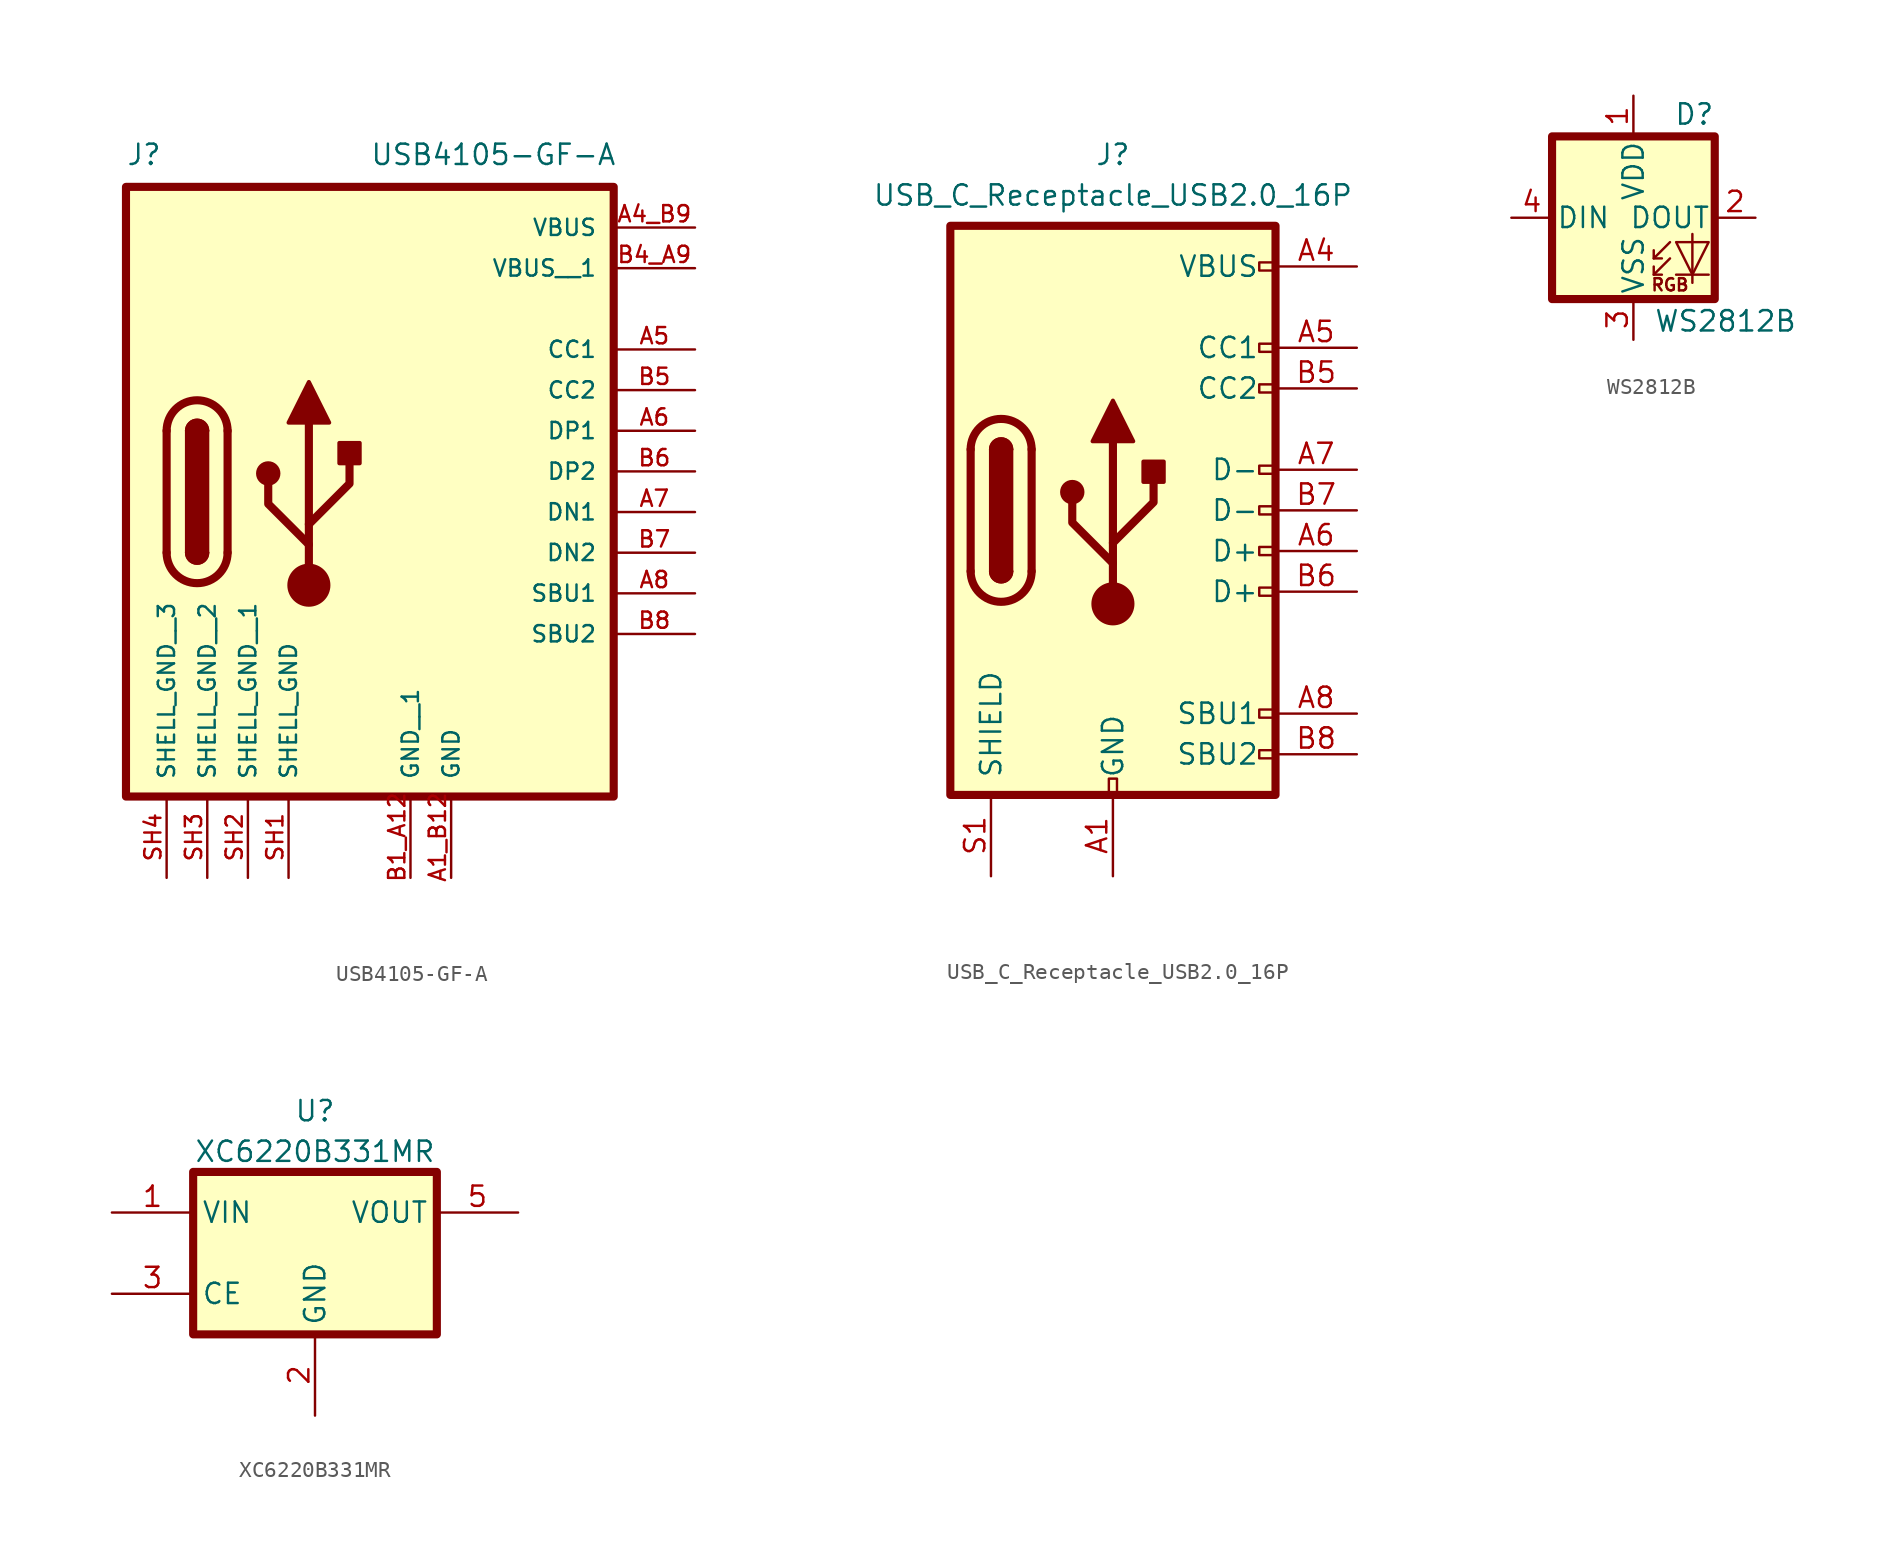
<source format=kicad_sym>
(kicad_symbol_lib
  (version 20241209)
  (generator "kicad_symbol_editor")
  (generator_version "9.0")
  (symbol "USB4105-GF-A"
    (pin_names
      (offset 1.016))
    (property "Reference" "J"
      (at -15.24 13.97 0)
      (effects (font (size 1.27 1.27)) (justify left bottom)))
    (property "Value" "USB4105-GF-A"
      (at 0 13.97 0)
      (effects (font (size 1.27 1.27)) (justify left bottom)))
    (symbol "USB4105-GF-A_0_0"
      (pin power_in line (at -12.7 -30.48 90) (length 5.08) (name "SHELL_GND__3" (effects (font (size 1.016 1.016)))) (number "SH4" (effects (font (size 1.016 1.016)))))
      (pin power_in line (at -10.16 -30.48 90) (length 5.08) (name "SHELL_GND__2" (effects (font (size 1.016 1.016)))) (number "SH3" (effects (font (size 1.016 1.016)))))
      (pin power_in line (at -7.62 -30.48 90) (length 5.08) (name "SHELL_GND__1" (effects (font (size 1.016 1.016)))) (number "SH2" (effects (font (size 1.016 1.016)))))
      (pin power_in line (at -5.08 -30.48 90) (length 5.08) (name "SHELL_GND" (effects (font (size 1.016 1.016)))) (number "SH1" (effects (font (size 1.016 1.016)))))
      (pin power_in line (at 2.54 -30.48 90) (length 5.08) (name "GND__1" (effects (font (size 1.016 1.016)))) (number "B1_A12" (effects (font (size 1.016 1.016)))))
      (pin power_in line (at 5.08 -30.48 90) (length 5.08) (name "GND" (effects (font (size 1.016 1.016)))) (number "A1_B12" (effects (font (size 1.016 1.016)))))
      (pin power_in line (at 20.32 10.16 180) (length 5.08) (name "VBUS" (effects (font (size 1.016 1.016)))) (number "A4_B9" (effects (font (size 1.016 1.016)))))
      (pin power_in line (at 20.32 7.62 180) (length 5.08) (name "VBUS__1" (effects (font (size 1.016 1.016)))) (number "B4_A9" (effects (font (size 1.016 1.016)))))
      (pin bidirectional line (at 20.32 2.54 180) (length 5.08) (name "CC1" (effects (font (size 1.016 1.016)))) (number "A5" (effects (font (size 1.016 1.016)))))
      (pin bidirectional line (at 20.32 0 180) (length 5.08) (name "CC2" (effects (font (size 1.016 1.016)))) (number "B5" (effects (font (size 1.016 1.016)))))
      (pin bidirectional line (at 20.32 -2.54 180) (length 5.08) (name "DP1" (effects (font (size 1.016 1.016)))) (number "A6" (effects (font (size 1.016 1.016)))))
      (pin bidirectional line (at 20.32 -5.08 180) (length 5.08) (name "DP2" (effects (font (size 1.016 1.016)))) (number "B6" (effects (font (size 1.016 1.016)))))
      (pin bidirectional line (at 20.32 -7.62 180) (length 5.08) (name "DN1" (effects (font (size 1.016 1.016)))) (number "A7" (effects (font (size 1.016 1.016)))))
      (pin bidirectional line (at 20.32 -10.16 180) (length 5.08) (name "DN2" (effects (font (size 1.016 1.016)))) (number "B7" (effects (font (size 1.016 1.016)))))
      (pin bidirectional line (at 20.32 -12.7 180) (length 5.08) (name "SBU1" (effects (font (size 1.016 1.016)))) (number "A8" (effects (font (size 1.016 1.016)))))
      (pin bidirectional line (at 20.32 -15.24 180) (length 5.08) (name "SBU2" (effects (font (size 1.016 1.016)))) (number "B8" (effects (font (size 1.016 1.016))))))
    (symbol "USB4105-GF-A_0_1"
      (polyline (pts (xy -12.7 -10.16) (xy -12.7 -2.54)) (stroke (width 0.508) (type default)) (fill (type none)))
      (rectangle (start -11.43 -10.16) (end -10.16 -2.54) (stroke (width 0.254) (type default)) (fill (type outline)))
      (arc (start -11.43 -2.54) (mid -10.795 -1.9077) (end -10.16 -2.54) (stroke (width 0.254) (type default)) (fill (type none)))
      (arc (start -11.43 -2.54) (mid -10.795 -1.9077) (end -10.16 -2.54) (stroke (width 0.254) (type default)) (fill (type outline)))
      (arc (start -12.7 -2.54) (mid -10.795 -0.6433) (end -8.89 -2.54) (stroke (width 0.508) (type default)) (fill (type none)))
      (arc (start -8.89 -10.16) (mid -10.795 -12.0567) (end -12.7 -10.16) (stroke (width 0.508) (type default)) (fill (type none)))
      (arc (start -10.16 -10.16) (mid -10.795 -10.7923) (end -11.43 -10.16) (stroke (width 0.254) (type default)) (fill (type none)))
      (arc (start -10.16 -10.16) (mid -10.795 -10.7923) (end -11.43 -10.16) (stroke (width 0.254) (type default)) (fill (type outline)))
      (polyline (pts (xy -8.89 -2.54) (xy -8.89 -10.16)) (stroke (width 0.508) (type default)) (fill (type none)))
      (circle (center -6.35 -5.207) (radius 0.635) (stroke (width 0.254) (type default)) (fill (type outline)))
      (polyline (pts (xy -5.08 -2.032) (xy -3.81 0.508) (xy -2.54 -2.032) (xy -5.08 -2.032)) (stroke (width 0.254) (type default)) (fill (type outline)))
      (polyline (pts (xy -3.81 -8.382) (xy -1.27 -5.842) (xy -1.27 -4.572)) (stroke (width 0.508) (type default)) (fill (type none)))
      (polyline (pts (xy -3.81 -9.652) (xy -6.35 -7.112) (xy -6.35 -5.842)) (stroke (width 0.508) (type default)) (fill (type none)))
      (circle (center -3.81 -12.192) (radius 1.27) (stroke (width 0) (type default)) (fill (type outline)))
      (polyline (pts (xy -3.81 -12.192) (xy -3.81 -2.032)) (stroke (width 0.508) (type default)) (fill (type none)))
      (rectangle (start -1.905 -4.572) (end -0.635 -3.302) (stroke (width 0.254) (type default)) (fill (type outline))))
    (symbol "USB4105-GF-A_1_0"
      (rectangle (start -15.24 12.7) (end 15.24 -25.4) (stroke (width 0.508) (type solid)) (fill (type background)))))
  (symbol "USB_C_Receptacle_USB2.0_16P"
    (pin_names
      (offset 1.016))
    (property "Reference" "J"
      (at 0 22.225 0)
      (effects (font (size 1.27 1.27))))
    (property "Value" "USB_C_Receptacle_USB2.0_16P"
      (at 0 19.685 0)
      (effects (font (size 1.27 1.27))))
    (symbol "USB_C_Receptacle_USB2.0_16P_0_0"
      (rectangle (start -0.254 -17.78) (end 0.254 -16.764) (stroke (width 0) (type default)) (fill (type none)))
      (rectangle (start 10.16 15.494) (end 9.144 14.986) (stroke (width 0) (type default)) (fill (type none)))
      (rectangle (start 10.16 10.414) (end 9.144 9.906) (stroke (width 0) (type default)) (fill (type none)))
      (rectangle (start 10.16 7.874) (end 9.144 7.366) (stroke (width 0) (type default)) (fill (type none)))
      (rectangle (start 10.16 2.794) (end 9.144 2.286) (stroke (width 0) (type default)) (fill (type none)))
      (rectangle (start 10.16 0.254) (end 9.144 -0.254) (stroke (width 0) (type default)) (fill (type none)))
      (rectangle (start 10.16 -2.286) (end 9.144 -2.794) (stroke (width 0) (type default)) (fill (type none)))
      (rectangle (start 10.16 -4.826) (end 9.144 -5.334) (stroke (width 0) (type default)) (fill (type none)))
      (rectangle (start 10.16 -12.446) (end 9.144 -12.954) (stroke (width 0) (type default)) (fill (type none)))
      (rectangle (start 10.16 -14.986) (end 9.144 -15.494) (stroke (width 0) (type default)) (fill (type none))))
    (symbol "USB_C_Receptacle_USB2.0_16P_0_1"
      (polyline (pts (xy -8.89 -3.81) (xy -8.89 3.81)) (stroke (width 0.508) (type default)) (fill (type none)))
      (rectangle (start -7.62 -3.81) (end -6.35 3.81) (stroke (width 0.254) (type default)) (fill (type outline)))
      (arc (start -7.62 3.81) (mid -6.985 4.4423) (end -6.35 3.81) (stroke (width 0.254) (type default)) (fill (type none)))
      (arc (start -7.62 3.81) (mid -6.985 4.4423) (end -6.35 3.81) (stroke (width 0.254) (type default)) (fill (type outline)))
      (arc (start -8.89 3.81) (mid -6.985 5.7067) (end -5.08 3.81) (stroke (width 0.508) (type default)) (fill (type none)))
      (arc (start -5.08 -3.81) (mid -6.985 -5.7067) (end -8.89 -3.81) (stroke (width 0.508) (type default)) (fill (type none)))
      (arc (start -6.35 -3.81) (mid -6.985 -4.4423) (end -7.62 -3.81) (stroke (width 0.254) (type default)) (fill (type none)))
      (arc (start -6.35 -3.81) (mid -6.985 -4.4423) (end -7.62 -3.81) (stroke (width 0.254) (type default)) (fill (type outline)))
      (polyline (pts (xy -5.08 3.81) (xy -5.08 -3.81)) (stroke (width 0.508) (type default)) (fill (type none)))
      (circle (center -2.54 1.143) (radius 0.635) (stroke (width 0.254) (type default)) (fill (type outline)))
      (polyline (pts (xy -1.27 4.318) (xy 0 6.858) (xy 1.27 4.318) (xy -1.27 4.318)) (stroke (width 0.254) (type default)) (fill (type outline)))
      (polyline (pts (xy 0 -2.032) (xy 2.54 0.508) (xy 2.54 1.778)) (stroke (width 0.508) (type default)) (fill (type none)))
      (polyline (pts (xy 0 -3.302) (xy -2.54 -0.762) (xy -2.54 0.508)) (stroke (width 0.508) (type default)) (fill (type none)))
      (polyline (pts (xy 0 -5.842) (xy 0 4.318)) (stroke (width 0.508) (type default)) (fill (type none)))
      (circle (center 0 -5.842) (radius 1.27) (stroke (width 0) (type default)) (fill (type outline)))
      (rectangle (start 1.905 1.778) (end 3.175 3.048) (stroke (width 0.254) (type default)) (fill (type outline))))
    (symbol "USB_C_Receptacle_USB2.0_16P_1_1"
      (rectangle (start -10.16 17.78) (end 10.16 -17.78) (stroke (width 0.508) (type solid)) (fill (type background)))
      (pin passive line (at -7.62 -22.86 90) (length 5.08) (name "SHIELD" (effects (font (size 1.27 1.27)))) (number "S1" (effects (font (size 1.27 1.27)))))
      (pin passive line (at 0 -22.86 90) (length 5.08) (name "GND" (effects (font (size 1.27 1.27)))) (number "A1" (effects (font (size 1.27 1.27)))))
      (pin passive line (at 0 -22.86 90) (length 5.08) (hide yes) (name "GND" (effects (font (size 1.27 1.27)))) (number "A12" (effects (font (size 1.27 1.27)))))
      (pin passive line (at 0 -22.86 90) (length 5.08) (hide yes) (name "GND" (effects (font (size 1.27 1.27)))) (number "B1" (effects (font (size 1.27 1.27)))))
      (pin passive line (at 0 -22.86 90) (length 5.08) (hide yes) (name "GND" (effects (font (size 1.27 1.27)))) (number "B12" (effects (font (size 1.27 1.27)))))
      (pin passive line (at 15.24 15.24 180) (length 5.08) (name "VBUS" (effects (font (size 1.27 1.27)))) (number "A4" (effects (font (size 1.27 1.27)))))
      (pin passive line (at 15.24 15.24 180) (length 5.08) (hide yes) (name "VBUS" (effects (font (size 1.27 1.27)))) (number "A9" (effects (font (size 1.27 1.27)))))
      (pin passive line (at 15.24 15.24 180) (length 5.08) (hide yes) (name "VBUS" (effects (font (size 1.27 1.27)))) (number "B4" (effects (font (size 1.27 1.27)))))
      (pin passive line (at 15.24 15.24 180) (length 5.08) (hide yes) (name "VBUS" (effects (font (size 1.27 1.27)))) (number "B9" (effects (font (size 1.27 1.27)))))
      (pin bidirectional line (at 15.24 10.16 180) (length 5.08) (name "CC1" (effects (font (size 1.27 1.27)))) (number "A5" (effects (font (size 1.27 1.27)))))
      (pin bidirectional line (at 15.24 7.62 180) (length 5.08) (name "CC2" (effects (font (size 1.27 1.27)))) (number "B5" (effects (font (size 1.27 1.27)))))
      (pin bidirectional line (at 15.24 2.54 180) (length 5.08) (name "D-" (effects (font (size 1.27 1.27)))) (number "A7" (effects (font (size 1.27 1.27)))))
      (pin bidirectional line (at 15.24 0 180) (length 5.08) (name "D-" (effects (font (size 1.27 1.27)))) (number "B7" (effects (font (size 1.27 1.27)))))
      (pin bidirectional line (at 15.24 -2.54 180) (length 5.08) (name "D+" (effects (font (size 1.27 1.27)))) (number "A6" (effects (font (size 1.27 1.27)))))
      (pin bidirectional line (at 15.24 -5.08 180) (length 5.08) (name "D+" (effects (font (size 1.27 1.27)))) (number "B6" (effects (font (size 1.27 1.27)))))
      (pin bidirectional line (at 15.24 -12.7 180) (length 5.08) (name "SBU1" (effects (font (size 1.27 1.27)))) (number "A8" (effects (font (size 1.27 1.27)))))
      (pin bidirectional line (at 15.24 -15.24 180) (length 5.08) (name "SBU2" (effects (font (size 1.27 1.27)))) (number "B8" (effects (font (size 1.27 1.27)))))))
  (symbol "WS2812B"
    (pin_names
      (offset 0.254))
    (property "Reference" "D"
      (at 5.08 5.715 0)
      (effects (font (size 1.27 1.27)) (justify right bottom)))
    (property "Value" "WS2812B"
      (at 1.27 -5.715 0)
      (effects (font (size 1.27 1.27)) (justify left top)))
    (symbol "WS2812B_0_0"
      (text "RGB" (at 2.286 -4.191 0) (effects (font (size 0.762 0.762)))))
    (symbol "WS2812B_0_1"
      (polyline (pts (xy 1.27 -2.54) (xy 1.778 -2.54)) (stroke (width 0) (type default)) (fill (type none)))
      (polyline (pts (xy 1.27 -3.556) (xy 1.778 -3.556)) (stroke (width 0) (type default)) (fill (type none)))
      (polyline (pts (xy 2.286 -1.524) (xy 1.27 -2.54) (xy 1.27 -2.032)) (stroke (width 0) (type default)) (fill (type none)))
      (polyline (pts (xy 2.286 -2.54) (xy 1.27 -3.556) (xy 1.27 -3.048)) (stroke (width 0) (type default)) (fill (type none)))
      (polyline (pts (xy 3.683 -1.016) (xy 3.683 -3.556) (xy 3.683 -4.064)) (stroke (width 0) (type default)) (fill (type none)))
      (polyline (pts (xy 4.699 -1.524) (xy 2.667 -1.524) (xy 3.683 -3.556) (xy 4.699 -1.524)) (stroke (width 0) (type default)) (fill (type none)))
      (polyline (pts (xy 4.699 -3.556) (xy 2.667 -3.556)) (stroke (width 0) (type default)) (fill (type none))))
    (symbol "WS2812B_1_1"
      (rectangle (start -5.08 5.08) (end 5.08 -5.08) (stroke (width 0.508) (type solid)) (fill (type background)))
      (pin input line (at -7.62 0 0) (length 2.54) (name "DIN" (effects (font (size 1.27 1.27)))) (number "4" (effects (font (size 1.27 1.27)))))
      (pin power_in line (at 0 7.62 270) (length 2.54) (name "VDD" (effects (font (size 1.27 1.27)))) (number "1" (effects (font (size 1.27 1.27)))))
      (pin power_in line (at 0 -7.62 90) (length 2.54) (name "VSS" (effects (font (size 1.27 1.27)))) (number "3" (effects (font (size 1.27 1.27)))))
      (pin output line (at 7.62 0 180) (length 2.54) (name "DOUT" (effects (font (size 1.27 1.27)))) (number "2" (effects (font (size 1.27 1.27)))))))
  (symbol "XC6220B331MR"
    (property "Reference" "U"
      (at 0 8.89 0)
      (effects (font (size 1.27 1.27))))
    (property "Value" "XC6220B331MR"
      (at 0 6.35 0)
      (effects (font (size 1.27 1.27))))
    (symbol "XC6220B331MR_1_1"
      (rectangle (start -7.62 5.08) (end 7.62 -5.08) (stroke (width 0.508) (type solid)) (fill (type background)))
      (pin power_in line (at -12.7 2.54 0) (length 5.08) (name "VIN" (effects (font (size 1.27 1.27)))) (number "1" (effects (font (size 1.27 1.27)))))
      (pin input line (at -12.7 -2.54 0) (length 5.08) (name "CE" (effects (font (size 1.27 1.27)))) (number "3" (effects (font (size 1.27 1.27)))))
      (pin power_in line (at 0 -10.16 90) (length 5.08) (name "GND" (effects (font (size 1.27 1.27)))) (number "2" (effects (font (size 1.27 1.27)))))
      (pin no_connect line (at 7.62 -2.54 180) (length 5.08) (hide yes) (name "NC" (effects (font (size 1.27 1.27)))) (number "4" (effects (font (size 1.27 1.27)))))
      (pin power_out line (at 12.7 2.54 180) (length 5.08) (name "VOUT" (effects (font (size 1.27 1.27)))) (number "5" (effects (font (size 1.27 1.27))))))))
</source>
